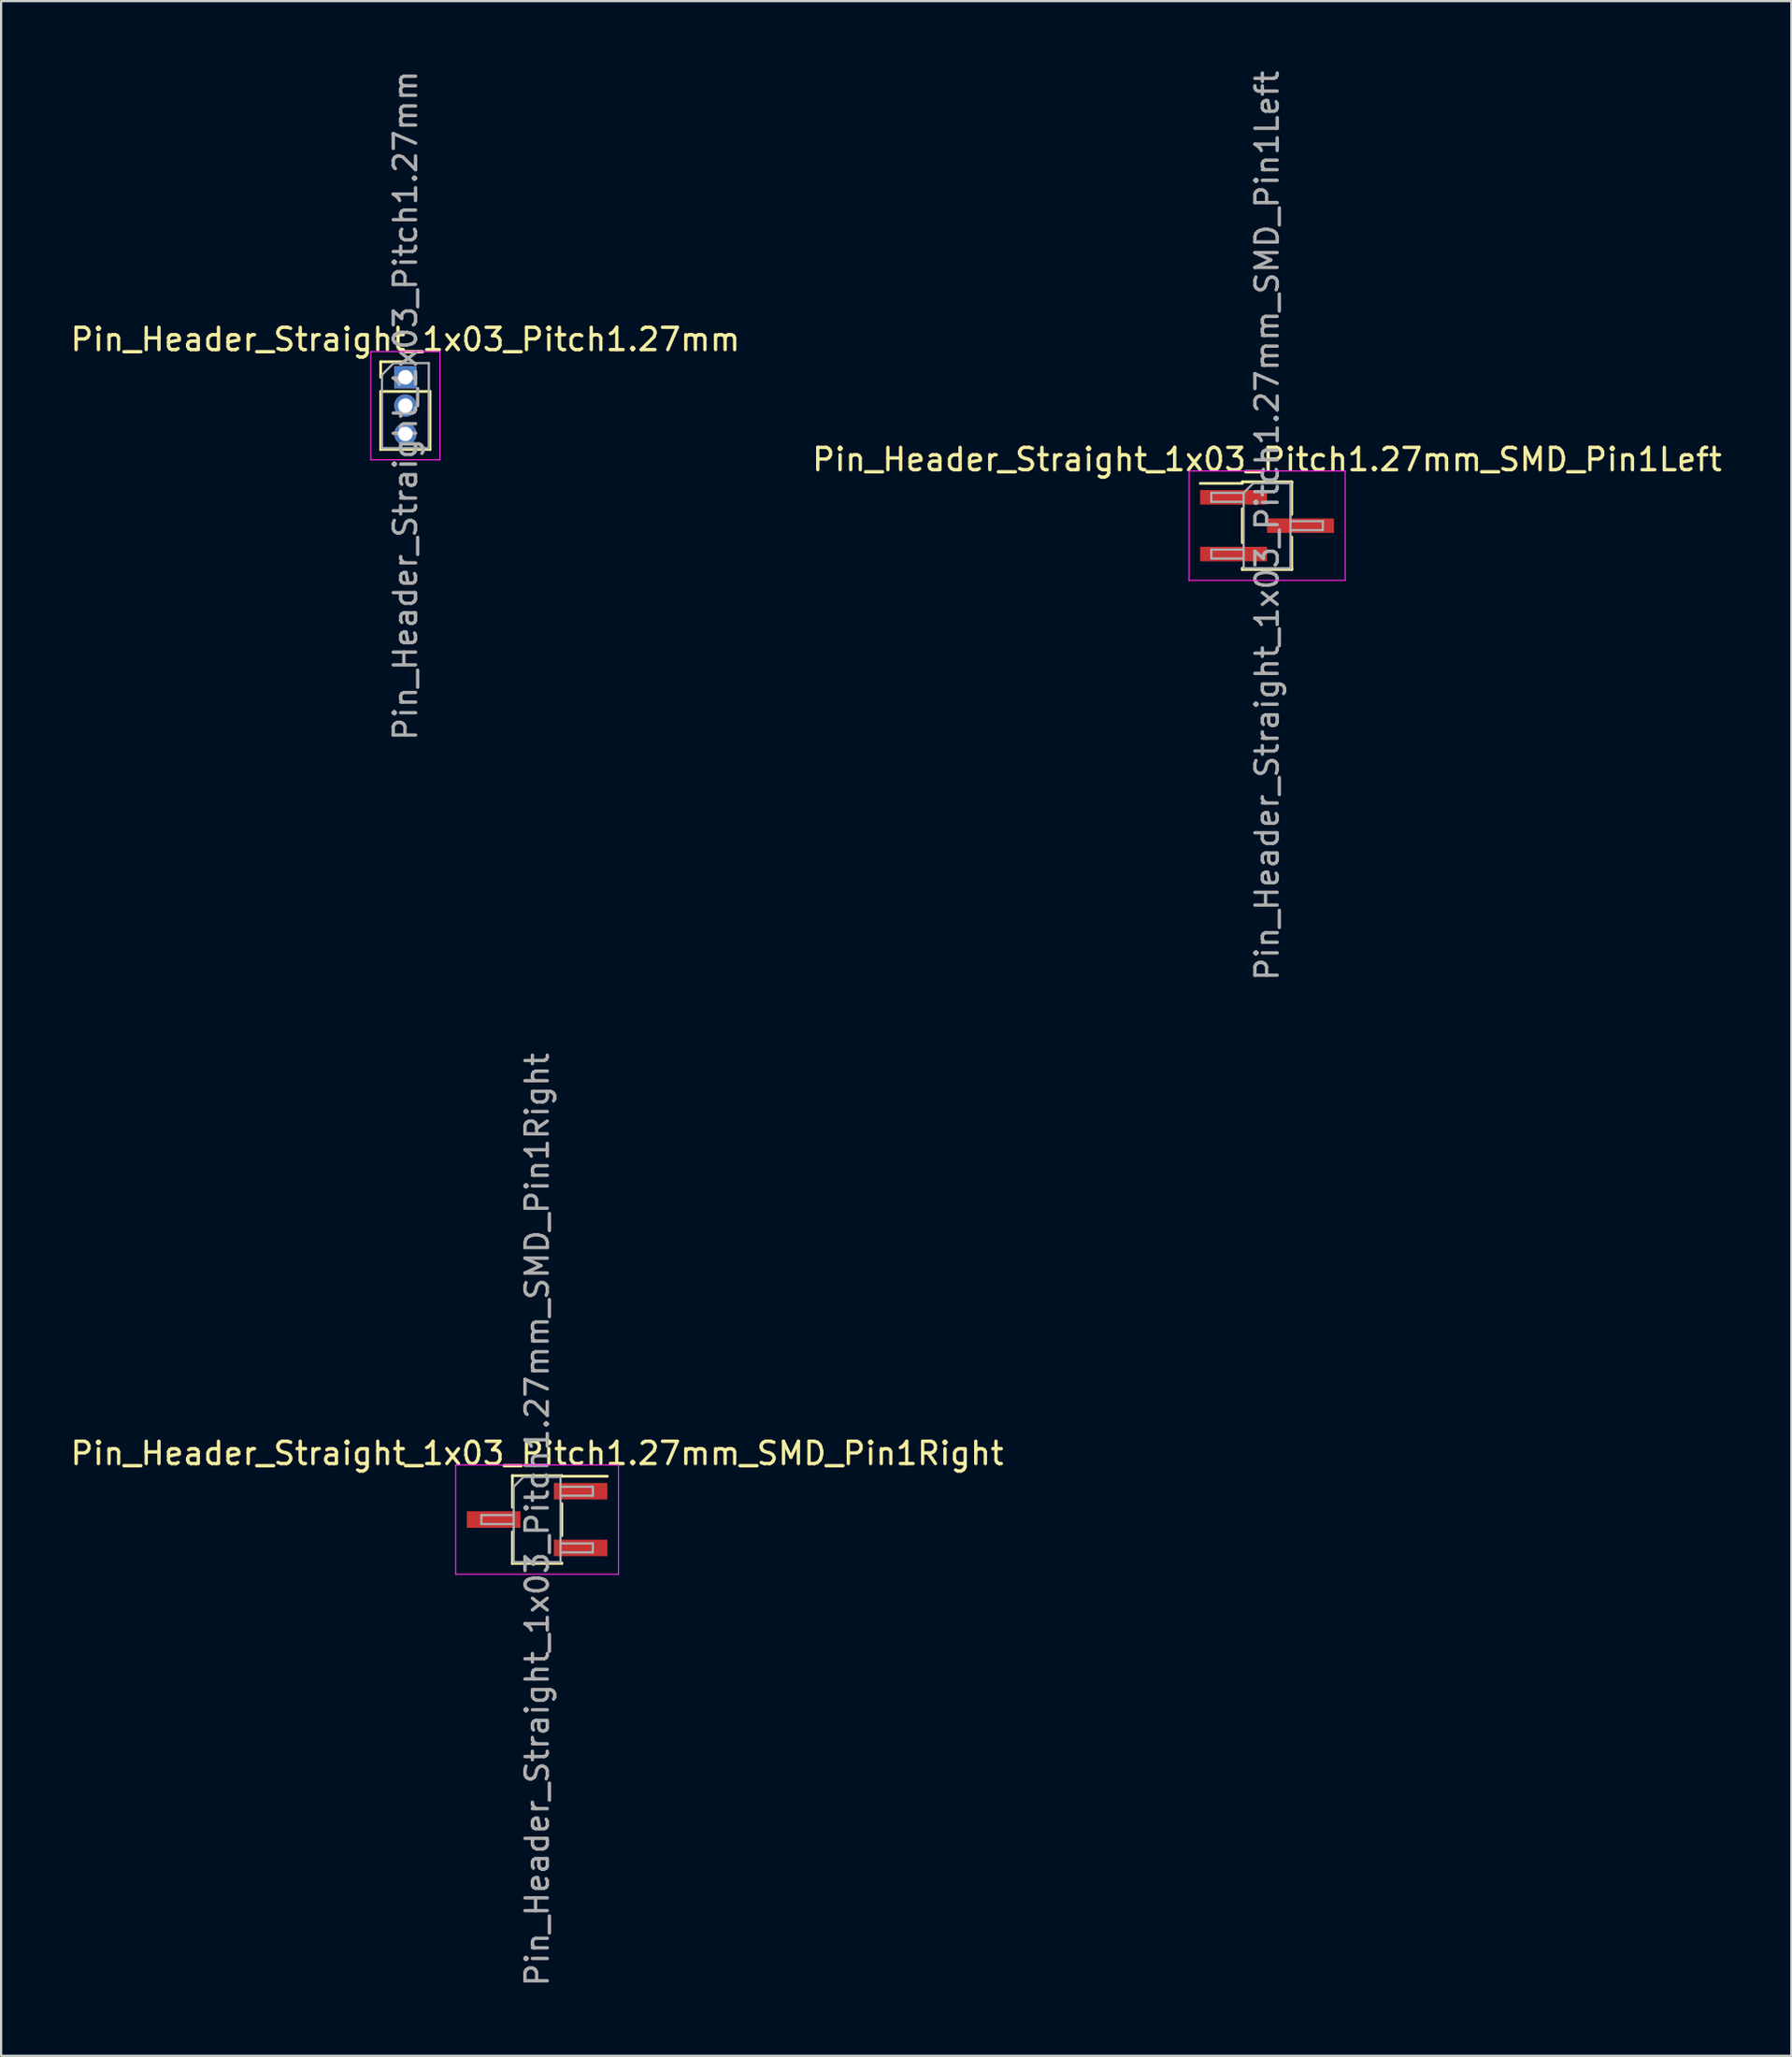
<source format=kicad_pcb>
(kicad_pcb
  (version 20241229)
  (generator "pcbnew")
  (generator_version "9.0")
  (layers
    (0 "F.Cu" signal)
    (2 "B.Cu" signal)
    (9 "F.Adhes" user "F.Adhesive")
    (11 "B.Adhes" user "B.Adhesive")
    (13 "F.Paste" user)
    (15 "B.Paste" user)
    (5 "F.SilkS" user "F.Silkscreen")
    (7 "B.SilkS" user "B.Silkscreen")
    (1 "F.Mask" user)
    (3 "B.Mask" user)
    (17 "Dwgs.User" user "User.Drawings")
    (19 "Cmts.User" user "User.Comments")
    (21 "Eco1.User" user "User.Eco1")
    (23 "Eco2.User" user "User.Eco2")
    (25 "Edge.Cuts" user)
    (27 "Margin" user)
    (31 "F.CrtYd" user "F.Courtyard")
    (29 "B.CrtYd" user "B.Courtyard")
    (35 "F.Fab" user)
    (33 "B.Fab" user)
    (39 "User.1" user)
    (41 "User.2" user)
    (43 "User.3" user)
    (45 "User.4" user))
  (footprint "Pin_Header_Straight_1x03_Pitch1.27mm_SMD_Pin1Left"
    (layer "F.Cu")
    (at 53.756 20.506)
    (property "Reference" "Pin_Header_Straight_1x03_Pitch1.27mm_SMD_Pin1Left" (at 0 -2.965 0) (layer "F.SilkS") (effects (font (size 1 1) (thickness 0.15))))
    (attr smd)
    (fp_line (start -1.11 -1.965) (end 1.11 -1.965) (stroke (width 0.12) (type solid)) (layer "F.SilkS"))
    (fp_line (start -1.11 -1.895) (end -3 -1.895) (stroke (width 0.12) (type solid)) (layer "F.SilkS"))
    (fp_line (start -1.11 -1.895) (end -1.11 -1.965) (stroke (width 0.12) (type solid)) (layer "F.SilkS"))
    (fp_line (start -1.11 -0.765) (end -1.11 0.765) (stroke (width 0.12) (type solid)) (layer "F.SilkS"))
    (fp_line (start -1.11 1.895) (end -1.11 1.965) (stroke (width 0.12) (type solid)) (layer "F.SilkS"))
    (fp_line (start -1.11 1.965) (end 1.11 1.965) (stroke (width 0.12) (type solid)) (layer "F.SilkS"))
    (fp_line (start 1.11 -1.965) (end 1.11 -1.895) (stroke (width 0.12) (type solid)) (layer "F.SilkS"))
    (fp_line (start 1.11 -1.965) (end 1.11 -0.505) (stroke (width 0.12) (type solid)) (layer "F.SilkS"))
    (fp_line (start 1.11 0.505) (end 1.11 1.965) (stroke (width 0.12) (type solid)) (layer "F.SilkS"))
    (fp_line (start 1.11 1.965) (end 1.11 1.895) (stroke (width 0.12) (type solid)) (layer "F.SilkS"))
    (fp_line (start -3.5 -2.45) (end -3.5 2.45) (stroke (width 0.05) (type solid)) (layer "F.CrtYd"))
    (fp_line (start -3.5 2.45) (end 3.5 2.45) (stroke (width 0.05) (type solid)) (layer "F.CrtYd"))
    (fp_line (start 3.5 -2.45) (end -3.5 -2.45) (stroke (width 0.05) (type solid)) (layer "F.CrtYd"))
    (fp_line (start 3.5 2.45) (end 3.5 -2.45) (stroke (width 0.05) (type solid)) (layer "F.CrtYd"))
    (fp_line (start -2.5 -1.47) (end -2.5 -1.07) (stroke (width 0.1) (type solid)) (layer "F.Fab"))
    (fp_line (start -2.5 -1.07) (end -1.05 -1.07) (stroke (width 0.1) (type solid)) (layer "F.Fab"))
    (fp_line (start -2.5 1.07) (end -2.5 1.47) (stroke (width 0.1) (type solid)) (layer "F.Fab"))
    (fp_line (start -2.5 1.47) (end -1.05 1.47) (stroke (width 0.1) (type solid)) (layer "F.Fab"))
    (fp_line (start -1.05 -1.47) (end -2.5 -1.47) (stroke (width 0.1) (type solid)) (layer "F.Fab"))
    (fp_line (start -1.05 -1.47) (end -0.615 -1.905) (stroke (width 0.1) (type solid)) (layer "F.Fab"))
    (fp_line (start -1.05 1.07) (end -2.5 1.07) (stroke (width 0.1) (type solid)) (layer "F.Fab"))
    (fp_line (start -1.05 1.905) (end -1.05 -1.47) (stroke (width 0.1) (type solid)) (layer "F.Fab"))
    (fp_line (start -0.615 -1.905) (end 1.05 -1.905) (stroke (width 0.1) (type solid)) (layer "F.Fab"))
    (fp_line (start 1.05 -1.905) (end 1.05 1.905) (stroke (width 0.1) (type solid)) (layer "F.Fab"))
    (fp_line (start 1.05 -0.2) (end 2.5 -0.2) (stroke (width 0.1) (type solid)) (layer "F.Fab"))
    (fp_line (start 1.05 1.905) (end -1.05 1.905) (stroke (width 0.1) (type solid)) (layer "F.Fab"))
    (fp_line (start 2.5 -0.2) (end 2.5 0.2) (stroke (width 0.1) (type solid)) (layer "F.Fab"))
    (fp_line (start 2.5 0.2) (end 1.05 0.2) (stroke (width 0.1) (type solid)) (layer "F.Fab"))
    (fp_text user "${REFERENCE}" (at 0 0 90) (layer "F.Fab") (effects (font (size 1 1) (thickness 0.15))))
    (pad "1" smd rect (at -1.5 -1.27) (size 3 0.65) (layers "F.Cu" "F.Mask" "F.Paste"))
    (pad "2" smd rect (at 1.5 0) (size 3 0.65) (layers "F.Cu" "F.Mask" "F.Paste"))
    (pad "3" smd rect (at -1.5 1.27) (size 3 0.65) (layers "F.Cu" "F.Mask" "F.Paste")))
  (footprint "Pin_Header_Straight_1x03_Pitch1.27mm"
    (layer "F.Cu")
    (at 15.125 13.855)
    (property "Reference" "Pin_Header_Straight_1x03_Pitch1.27mm" (at 0 -1.695 0) (layer "F.SilkS") (effects (font (size 1 1) (thickness 0.15))))
    (attr through_hole)
    (fp_line (start -1.11 -0.695) (end 0 -0.695) (stroke (width 0.12) (type solid)) (layer "F.SilkS"))
    (fp_line (start -1.11 0) (end -1.11 -0.695) (stroke (width 0.12) (type solid)) (layer "F.SilkS"))
    (fp_line (start -1.11 0.635) (end -1.11 3.235) (stroke (width 0.12) (type solid)) (layer "F.SilkS"))
    (fp_line (start -1.11 3.235) (end 1.11 3.235) (stroke (width 0.12) (type solid)) (layer "F.SilkS"))
    (fp_line (start 1.11 0.635) (end -1.11 0.635) (stroke (width 0.12) (type solid)) (layer "F.SilkS"))
    (fp_line (start 1.11 3.235) (end 1.11 0.635) (stroke (width 0.12) (type solid)) (layer "F.SilkS"))
    (fp_line (start -1.55 -1.15) (end -1.55 3.7) (stroke (width 0.05) (type solid)) (layer "F.CrtYd"))
    (fp_line (start -1.55 3.7) (end 1.55 3.7) (stroke (width 0.05) (type solid)) (layer "F.CrtYd"))
    (fp_line (start 1.55 -1.15) (end -1.55 -1.15) (stroke (width 0.05) (type solid)) (layer "F.CrtYd"))
    (fp_line (start 1.55 3.7) (end 1.55 -1.15) (stroke (width 0.05) (type solid)) (layer "F.CrtYd"))
    (fp_line (start -1.05 -0.11) (end -0.525 -0.635) (stroke (width 0.1) (type solid)) (layer "F.Fab"))
    (fp_line (start -1.05 3.175) (end -1.05 -0.11) (stroke (width 0.1) (type solid)) (layer "F.Fab"))
    (fp_line (start -0.525 -0.635) (end 1.05 -0.635) (stroke (width 0.1) (type solid)) (layer "F.Fab"))
    (fp_line (start 1.05 -0.635) (end 1.05 3.175) (stroke (width 0.1) (type solid)) (layer "F.Fab"))
    (fp_line (start 1.05 3.175) (end -1.05 3.175) (stroke (width 0.1) (type solid)) (layer "F.Fab"))
    (fp_text user "${REFERENCE}" (at 0 1.27 90) (layer "F.Fab") (effects (font (size 1 1) (thickness 0.15))))
    (pad "1" thru_hole rect (at 0 0) (size 1 1) (drill 0.65) (layers "*.Cu" "*.Mask"))
    (pad "2" thru_hole oval (at 0 1.27) (size 1 1) (drill 0.65) (layers "*.Cu" "*.Mask"))
    (pad "3" thru_hole oval (at 0 2.54) (size 1 1) (drill 0.65) (layers "*.Cu" "*.Mask")))
  (footprint "Pin_Header_Straight_1x03_Pitch1.27mm_SMD_Pin1Right"
    (layer "F.Cu")
    (at 21.03 65.042)
    (property "Reference" "Pin_Header_Straight_1x03_Pitch1.27mm_SMD_Pin1Right" (at 0 -2.965 0) (layer "F.SilkS") (effects (font (size 1 1) (thickness 0.15))))
    (attr smd)
    (fp_line (start -1.11 -1.965) (end -1.11 -0.55) (stroke (width 0.12) (type solid)) (layer "F.SilkS"))
    (fp_line (start -1.11 -1.965) (end 1.11 -1.965) (stroke (width 0.12) (type solid)) (layer "F.SilkS"))
    (fp_line (start -1.11 -1.94) (end -1.11 -1.965) (stroke (width 0.12) (type solid)) (layer "F.SilkS"))
    (fp_line (start -1.11 0.55) (end -1.11 1.965) (stroke (width 0.12) (type solid)) (layer "F.SilkS"))
    (fp_line (start -1.11 1.94) (end -1.11 1.965) (stroke (width 0.12) (type solid)) (layer "F.SilkS"))
    (fp_line (start -1.11 1.965) (end 1.11 1.965) (stroke (width 0.12) (type solid)) (layer "F.SilkS"))
    (fp_line (start 1.11 -1.965) (end 1.11 -1.94) (stroke (width 0.12) (type solid)) (layer "F.SilkS"))
    (fp_line (start 1.11 -1.94) (end 3.15 -1.94) (stroke (width 0.12) (type solid)) (layer "F.SilkS"))
    (fp_line (start 1.11 -0.72) (end 1.11 0.72) (stroke (width 0.12) (type solid)) (layer "F.SilkS"))
    (fp_line (start 1.11 1.965) (end 1.11 1.94) (stroke (width 0.12) (type solid)) (layer "F.SilkS"))
    (fp_line (start -3.65 -2.45) (end -3.65 2.45) (stroke (width 0.05) (type solid)) (layer "F.CrtYd"))
    (fp_line (start -3.65 2.45) (end 3.65 2.45) (stroke (width 0.05) (type solid)) (layer "F.CrtYd"))
    (fp_line (start 3.65 -2.45) (end -3.65 -2.45) (stroke (width 0.05) (type solid)) (layer "F.CrtYd"))
    (fp_line (start 3.65 2.45) (end 3.65 -2.45) (stroke (width 0.05) (type solid)) (layer "F.CrtYd"))
    (fp_line (start -2.5 -0.2) (end -2.5 0.2) (stroke (width 0.1) (type solid)) (layer "F.Fab"))
    (fp_line (start -2.5 0.2) (end -1.05 0.2) (stroke (width 0.1) (type solid)) (layer "F.Fab"))
    (fp_line (start -1.05 -1.47) (end -0.615 -1.905) (stroke (width 0.1) (type solid)) (layer "F.Fab"))
    (fp_line (start -1.05 -0.2) (end -2.5 -0.2) (stroke (width 0.1) (type solid)) (layer "F.Fab"))
    (fp_line (start -1.05 1.905) (end -1.05 -1.47) (stroke (width 0.1) (type solid)) (layer "F.Fab"))
    (fp_line (start -0.615 -1.905) (end 1.05 -1.905) (stroke (width 0.1) (type solid)) (layer "F.Fab"))
    (fp_line (start 1.05 -1.905) (end 1.05 1.905) (stroke (width 0.1) (type solid)) (layer "F.Fab"))
    (fp_line (start 1.05 -1.47) (end 2.5 -1.47) (stroke (width 0.1) (type solid)) (layer "F.Fab"))
    (fp_line (start 1.05 1.07) (end 2.5 1.07) (stroke (width 0.1) (type solid)) (layer "F.Fab"))
    (fp_line (start 1.05 1.905) (end -1.05 1.905) (stroke (width 0.1) (type solid)) (layer "F.Fab"))
    (fp_line (start 2.5 -1.47) (end 2.5 -1.07) (stroke (width 0.1) (type solid)) (layer "F.Fab"))
    (fp_line (start 2.5 -1.07) (end 1.05 -1.07) (stroke (width 0.1) (type solid)) (layer "F.Fab"))
    (fp_line (start 2.5 1.07) (end 2.5 1.47) (stroke (width 0.1) (type solid)) (layer "F.Fab"))
    (fp_line (start 2.5 1.47) (end 1.05 1.47) (stroke (width 0.1) (type solid)) (layer "F.Fab"))
    (fp_text user "${REFERENCE}" (at 0 0 90) (layer "F.Fab") (effects (font (size 1 1) (thickness 0.15))))
    (pad "1" smd rect (at 1.95 -1.27) (size 2.4 0.74) (layers "F.Cu" "F.Mask" "F.Paste"))
    (pad "2" smd rect (at -1.95 0) (size 2.4 0.74) (layers "F.Cu" "F.Mask" "F.Paste"))
    (pad "3" smd rect (at 1.95 1.27) (size 2.4 0.74) (layers "F.Cu" "F.Mask" "F.Paste")))
  (gr_rect
    (start -3 -3)
    (end 77.262 89.071)
    (stroke (width 0.1) (type default))
    (fill no)
    (layer "Edge.Cuts")))
</source>
